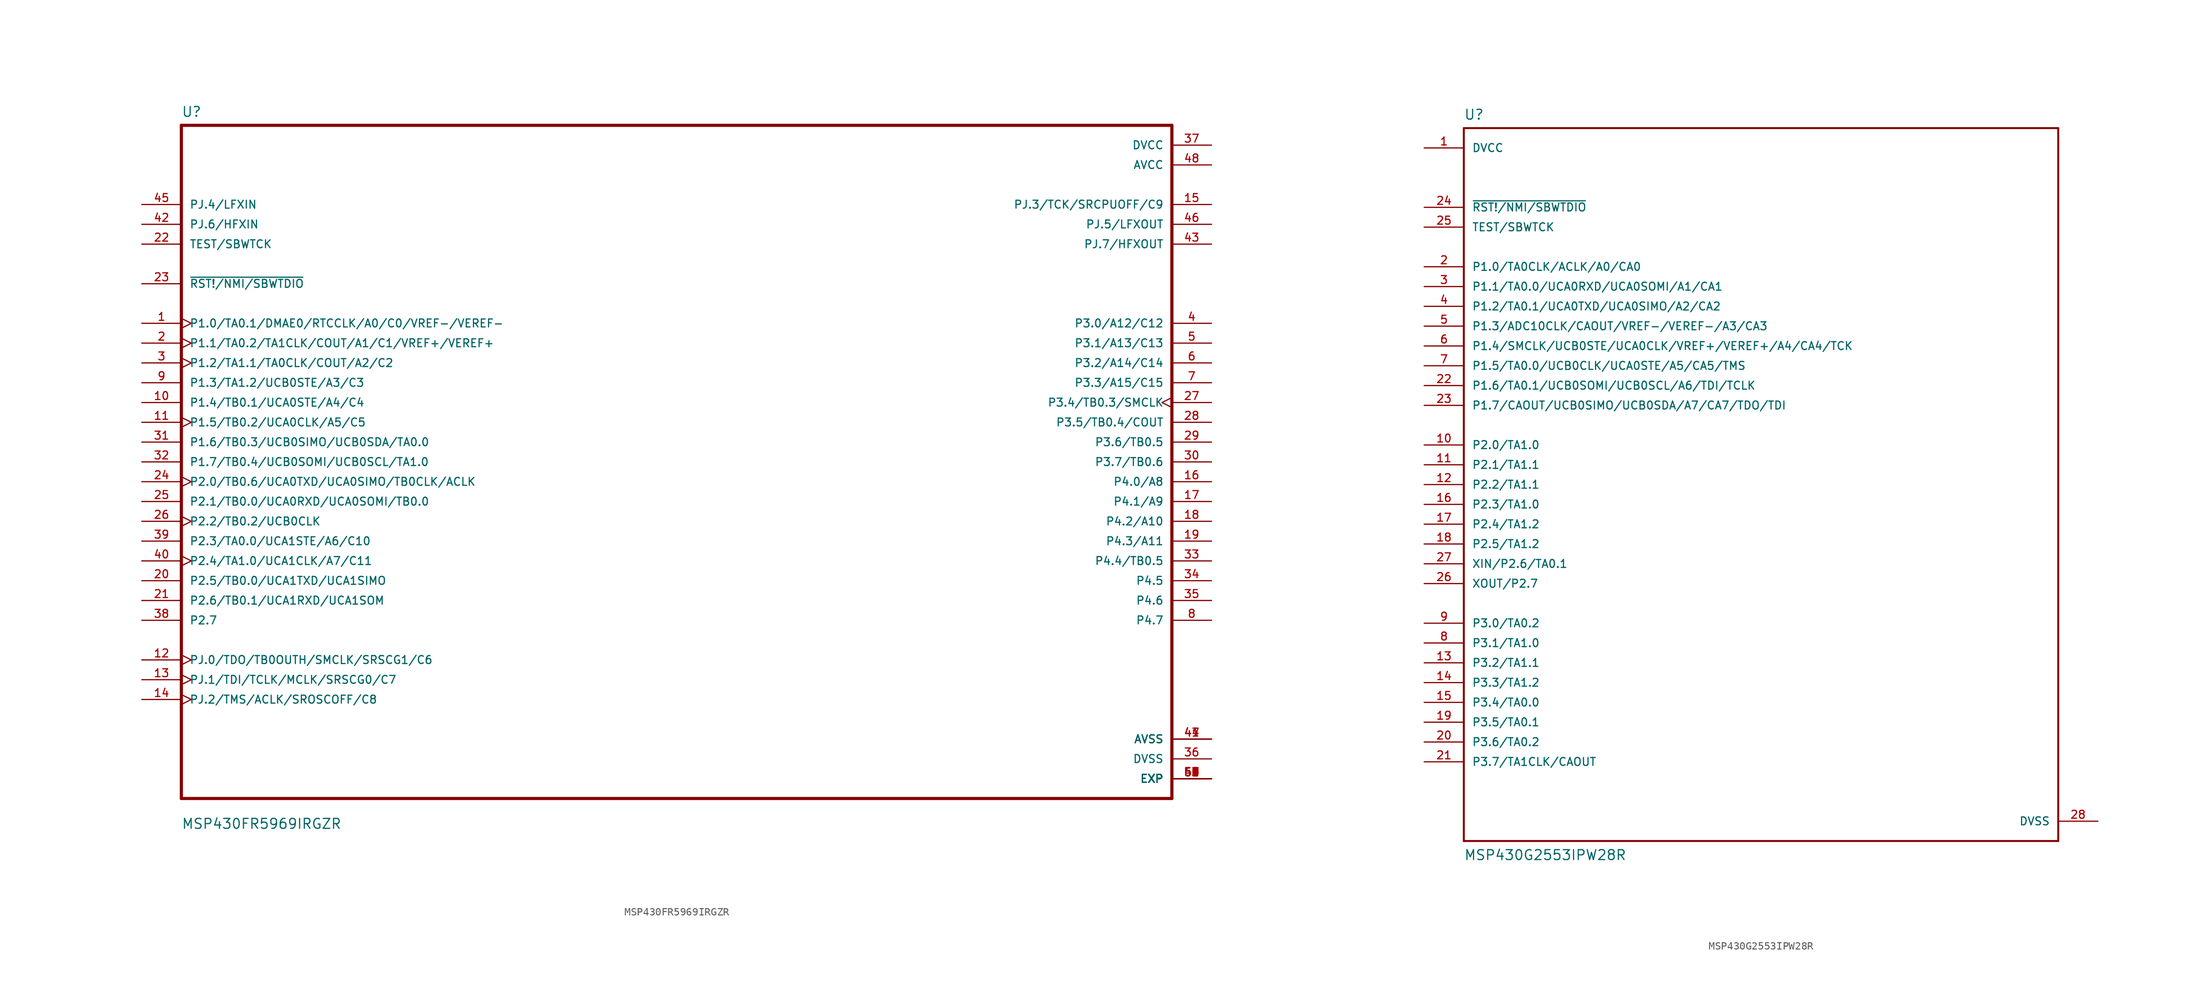
<source format=kicad_sym>
(kicad_symbol_lib
  (version 20211014)
  (generator kicad_symbol_editor)
  (symbol "MSP430FR5969IRGZR"
    (pin_names
      (offset 1.016))
    (property "Reference" "U"
      (at -63.5 44.171 0)
      (effects (font (size 1.27 1.27)) (justify left bottom)))
    (property "Value" "MSP430FR5969IRGZR"
      (at -63.5 -47.168 0)
      (effects (font (size 1.27 1.27)) (justify left bottom)))
    (property "ki_locked" ""
      (at 0 0 0)
      (effects (font (size 1.27 1.27))))
    (symbol "MSP430FR5969IRGZR_0_0"
      (polyline (pts (xy -63.5 -43.18) (xy -63.5 43.18)) (stroke (width 0.406) (type default) (color 0 0 0 0)) (fill (type none)))
      (polyline (pts (xy -63.5 43.18) (xy 63.5 43.18)) (stroke (width 0.406) (type default) (color 0 0 0 0)) (fill (type none)))
      (polyline (pts (xy 63.5 -43.18) (xy -63.5 -43.18)) (stroke (width 0.406) (type default) (color 0 0 0 0)) (fill (type none)))
      (polyline (pts (xy 63.5 43.18) (xy 63.5 -43.18)) (stroke (width 0.406) (type default) (color 0 0 0 0)) (fill (type none)))
      (pin bidirectional clock (at -68.58 17.78 0) (length 5.08) (name "P1.0/TA0.1/DMAE0/RTCCLK/A0/C0/VREF-/VEREF-" (effects (font (size 1.016 1.016)))) (number "1" (effects (font (size 1.016 1.016)))))
      (pin bidirectional line (at -68.58 7.62 0) (length 5.08) (name "P1.4/TB0.1/UCA0STE/A4/C4" (effects (font (size 1.016 1.016)))) (number "10" (effects (font (size 1.016 1.016)))))
      (pin bidirectional clock (at -68.58 5.08 0) (length 5.08) (name "P1.5/TB0.2/UCA0CLK/A5/C5" (effects (font (size 1.016 1.016)))) (number "11" (effects (font (size 1.016 1.016)))))
      (pin bidirectional clock (at -68.58 -25.4 0) (length 5.08) (name "PJ.0/TDO/TB0OUTH/SMCLK/SRSCG1/C6" (effects (font (size 1.016 1.016)))) (number "12" (effects (font (size 1.016 1.016)))))
      (pin bidirectional clock (at -68.58 -27.94 0) (length 5.08) (name "PJ.1/TDI/TCLK/MCLK/SRSCG0/C7" (effects (font (size 1.016 1.016)))) (number "13" (effects (font (size 1.016 1.016)))))
      (pin bidirectional clock (at -68.58 -30.48 0) (length 5.08) (name "PJ.2/TMS/ACLK/SROSCOFF/C8" (effects (font (size 1.016 1.016)))) (number "14" (effects (font (size 1.016 1.016)))))
      (pin bidirectional line (at 68.58 33.02 180) (length 5.08) (name "PJ.3/TCK/SRCPUOFF/C9" (effects (font (size 1.016 1.016)))) (number "15" (effects (font (size 1.016 1.016)))))
      (pin bidirectional line (at 68.58 -2.54 180) (length 5.08) (name "P4.0/A8" (effects (font (size 1.016 1.016)))) (number "16" (effects (font (size 1.016 1.016)))))
      (pin bidirectional line (at 68.58 -5.08 180) (length 5.08) (name "P4.1/A9" (effects (font (size 1.016 1.016)))) (number "17" (effects (font (size 1.016 1.016)))))
      (pin bidirectional line (at 68.58 -7.62 180) (length 5.08) (name "P4.2/A10" (effects (font (size 1.016 1.016)))) (number "18" (effects (font (size 1.016 1.016)))))
      (pin bidirectional line (at 68.58 -10.16 180) (length 5.08) (name "P4.3/A11" (effects (font (size 1.016 1.016)))) (number "19" (effects (font (size 1.016 1.016)))))
      (pin bidirectional clock (at -68.58 15.24 0) (length 5.08) (name "P1.1/TA0.2/TA1CLK/COUT/A1/C1/VREF+/VEREF+" (effects (font (size 1.016 1.016)))) (number "2" (effects (font (size 1.016 1.016)))))
      (pin bidirectional line (at -68.58 -15.24 0) (length 5.08) (name "P2.5/TB0.0/UCA1TXD/UCA1SIMO" (effects (font (size 1.016 1.016)))) (number "20" (effects (font (size 1.016 1.016)))))
      (pin bidirectional line (at -68.58 -17.78 0) (length 5.08) (name "P2.6/TB0.1/UCA1RXD/UCA1SOM" (effects (font (size 1.016 1.016)))) (number "21" (effects (font (size 1.016 1.016)))))
      (pin input line (at -68.58 27.94 0) (length 5.08) (name "TEST/SBWTCK" (effects (font (size 1.016 1.016)))) (number "22" (effects (font (size 1.016 1.016)))))
      (pin bidirectional line (at -68.58 22.86 0) (length 5.08) (name "~{RST!/NMI/SBWTDIO}" (effects (font (size 1.016 1.016)))) (number "23" (effects (font (size 1.016 1.016)))))
      (pin bidirectional clock (at -68.58 -2.54 0) (length 5.08) (name "P2.0/TB0.6/UCA0TXD/UCA0SIMO/TB0CLK/ACLK" (effects (font (size 1.016 1.016)))) (number "24" (effects (font (size 1.016 1.016)))))
      (pin bidirectional line (at -68.58 -5.08 0) (length 5.08) (name "P2.1/TB0.0/UCA0RXD/UCA0SOMI/TB0.0" (effects (font (size 1.016 1.016)))) (number "25" (effects (font (size 1.016 1.016)))))
      (pin bidirectional clock (at -68.58 -7.62 0) (length 5.08) (name "P2.2/TB0.2/UCB0CLK" (effects (font (size 1.016 1.016)))) (number "26" (effects (font (size 1.016 1.016)))))
      (pin bidirectional clock (at 68.58 7.62 180) (length 5.08) (name "P3.4/TB0.3/SMCLK" (effects (font (size 1.016 1.016)))) (number "27" (effects (font (size 1.016 1.016)))))
      (pin bidirectional line (at 68.58 5.08 180) (length 5.08) (name "P3.5/TB0.4/COUT" (effects (font (size 1.016 1.016)))) (number "28" (effects (font (size 1.016 1.016)))))
      (pin bidirectional line (at 68.58 2.54 180) (length 5.08) (name "P3.6/TB0.5" (effects (font (size 1.016 1.016)))) (number "29" (effects (font (size 1.016 1.016)))))
      (pin bidirectional clock (at -68.58 12.7 0) (length 5.08) (name "P1.2/TA1.1/TA0CLK/COUT/A2/C2" (effects (font (size 1.016 1.016)))) (number "3" (effects (font (size 1.016 1.016)))))
      (pin bidirectional line (at 68.58 0 180) (length 5.08) (name "P3.7/TB0.6" (effects (font (size 1.016 1.016)))) (number "30" (effects (font (size 1.016 1.016)))))
      (pin bidirectional line (at -68.58 2.54 0) (length 5.08) (name "P1.6/TB0.3/UCB0SIMO/UCB0SDA/TA0.0" (effects (font (size 1.016 1.016)))) (number "31" (effects (font (size 1.016 1.016)))))
      (pin bidirectional line (at -68.58 0 0) (length 5.08) (name "P1.7/TB0.4/UCB0SOMI/UCB0SCL/TA1.0" (effects (font (size 1.016 1.016)))) (number "32" (effects (font (size 1.016 1.016)))))
      (pin bidirectional line (at 68.58 -12.7 180) (length 5.08) (name "P4.4/TB0.5" (effects (font (size 1.016 1.016)))) (number "33" (effects (font (size 1.016 1.016)))))
      (pin bidirectional line (at 68.58 -15.24 180) (length 5.08) (name "P4.5" (effects (font (size 1.016 1.016)))) (number "34" (effects (font (size 1.016 1.016)))))
      (pin bidirectional line (at 68.58 -17.78 180) (length 5.08) (name "P4.6" (effects (font (size 1.016 1.016)))) (number "35" (effects (font (size 1.016 1.016)))))
      (pin power_in line (at 68.58 -38.1 180) (length 5.08) (name "DVSS" (effects (font (size 1.016 1.016)))) (number "36" (effects (font (size 1.016 1.016)))))
      (pin power_in line (at 68.58 40.64 180) (length 5.08) (name "DVCC" (effects (font (size 1.016 1.016)))) (number "37" (effects (font (size 1.016 1.016)))))
      (pin bidirectional line (at -68.58 -20.32 0) (length 5.08) (name "P2.7" (effects (font (size 1.016 1.016)))) (number "38" (effects (font (size 1.016 1.016)))))
      (pin bidirectional line (at -68.58 -10.16 0) (length 5.08) (name "P2.3/TA0.0/UCA1STE/A6/C10" (effects (font (size 1.016 1.016)))) (number "39" (effects (font (size 1.016 1.016)))))
      (pin bidirectional line (at 68.58 17.78 180) (length 5.08) (name "P3.0/A12/C12" (effects (font (size 1.016 1.016)))) (number "4" (effects (font (size 1.016 1.016)))))
      (pin bidirectional clock (at -68.58 -12.7 0) (length 5.08) (name "P2.4/TA1.0/UCA1CLK/A7/C11" (effects (font (size 1.016 1.016)))) (number "40" (effects (font (size 1.016 1.016)))))
      (pin power_in line (at 68.58 -35.56 180) (length 5.08) (name "AVSS" (effects (font (size 1.016 1.016)))) (number "41" (effects (font (size 1.016 1.016)))))
      (pin input line (at -68.58 30.48 0) (length 5.08) (name "PJ.6/HFXIN" (effects (font (size 1.016 1.016)))) (number "42" (effects (font (size 1.016 1.016)))))
      (pin bidirectional line (at 68.58 27.94 180) (length 5.08) (name "PJ.7/HFXOUT" (effects (font (size 1.016 1.016)))) (number "43" (effects (font (size 1.016 1.016)))))
      (pin power_in line (at 68.58 -35.56 180) (length 5.08) (name "AVSS" (effects (font (size 1.016 1.016)))) (number "44" (effects (font (size 1.016 1.016)))))
      (pin input line (at -68.58 33.02 0) (length 5.08) (name "PJ.4/LFXIN" (effects (font (size 1.016 1.016)))) (number "45" (effects (font (size 1.016 1.016)))))
      (pin bidirectional line (at 68.58 30.48 180) (length 5.08) (name "PJ.5/LFXOUT" (effects (font (size 1.016 1.016)))) (number "46" (effects (font (size 1.016 1.016)))))
      (pin power_in line (at 68.58 -35.56 180) (length 5.08) (name "AVSS" (effects (font (size 1.016 1.016)))) (number "47" (effects (font (size 1.016 1.016)))))
      (pin power_in line (at 68.58 38.1 180) (length 5.08) (name "AVCC" (effects (font (size 1.016 1.016)))) (number "48" (effects (font (size 1.016 1.016)))))
      (pin power_in line (at 68.58 -40.64 180) (length 5.08) (name "EXP" (effects (font (size 1.016 1.016)))) (number "49" (effects (font (size 1.016 1.016)))))
      (pin bidirectional line (at 68.58 15.24 180) (length 5.08) (name "P3.1/A13/C13" (effects (font (size 1.016 1.016)))) (number "5" (effects (font (size 1.016 1.016)))))
      (pin power_in line (at 68.58 -40.64 180) (length 5.08) (name "EXP" (effects (font (size 1.016 1.016)))) (number "50" (effects (font (size 1.016 1.016)))))
      (pin power_in line (at 68.58 -40.64 180) (length 5.08) (name "EXP" (effects (font (size 1.016 1.016)))) (number "51" (effects (font (size 1.016 1.016)))))
      (pin power_in line (at 68.58 -40.64 180) (length 5.08) (name "EXP" (effects (font (size 1.016 1.016)))) (number "52" (effects (font (size 1.016 1.016)))))
      (pin power_in line (at 68.58 -40.64 180) (length 5.08) (name "EXP" (effects (font (size 1.016 1.016)))) (number "53" (effects (font (size 1.016 1.016)))))
      (pin power_in line (at 68.58 -40.64 180) (length 5.08) (name "EXP" (effects (font (size 1.016 1.016)))) (number "54" (effects (font (size 1.016 1.016)))))
      (pin power_in line (at 68.58 -40.64 180) (length 5.08) (name "EXP" (effects (font (size 1.016 1.016)))) (number "55" (effects (font (size 1.016 1.016)))))
      (pin power_in line (at 68.58 -40.64 180) (length 5.08) (name "EXP" (effects (font (size 1.016 1.016)))) (number "56" (effects (font (size 1.016 1.016)))))
      (pin power_in line (at 68.58 -40.64 180) (length 5.08) (name "EXP" (effects (font (size 1.016 1.016)))) (number "57" (effects (font (size 1.016 1.016)))))
      (pin power_in line (at 68.58 -40.64 180) (length 5.08) (name "EXP" (effects (font (size 1.016 1.016)))) (number "58" (effects (font (size 1.016 1.016)))))
      (pin power_in line (at 68.58 -40.64 180) (length 5.08) (name "EXP" (effects (font (size 1.016 1.016)))) (number "59" (effects (font (size 1.016 1.016)))))
      (pin bidirectional line (at 68.58 12.7 180) (length 5.08) (name "P3.2/A14/C14" (effects (font (size 1.016 1.016)))) (number "6" (effects (font (size 1.016 1.016)))))
      (pin power_in line (at 68.58 -40.64 180) (length 5.08) (name "EXP" (effects (font (size 1.016 1.016)))) (number "60" (effects (font (size 1.016 1.016)))))
      (pin power_in line (at 68.58 -40.64 180) (length 5.08) (name "EXP" (effects (font (size 1.016 1.016)))) (number "61" (effects (font (size 1.016 1.016)))))
      (pin bidirectional line (at 68.58 10.16 180) (length 5.08) (name "P3.3/A15/C15" (effects (font (size 1.016 1.016)))) (number "7" (effects (font (size 1.016 1.016)))))
      (pin bidirectional line (at 68.58 -20.32 180) (length 5.08) (name "P4.7" (effects (font (size 1.016 1.016)))) (number "8" (effects (font (size 1.016 1.016)))))
      (pin bidirectional line (at -68.58 10.16 0) (length 5.08) (name "P1.3/TA1.2/UCB0STE/A3/C3" (effects (font (size 1.016 1.016)))) (number "9" (effects (font (size 1.016 1.016)))))))
  (symbol "MSP430G2553IPW28R"
    (pin_names
      (offset 1.016))
    (property "Reference" "U"
      (at -38.1 46.711 0)
      (effects (font (size 1.27 1.27)) (justify left bottom)))
    (property "Value" "MSP430G2553IPW28R"
      (at -38.1 -48.26 0)
      (effects (font (size 1.27 1.27)) (justify left bottom)))
    (property "ki_locked" ""
      (at 0 0 0)
      (effects (font (size 1.27 1.27))))
    (symbol "MSP430G2553IPW28R_0_0"
      (polyline (pts (xy -38.1 -45.72) (xy -38.1 45.72)) (stroke (width 0.254) (type default) (color 0 0 0 0)) (fill (type none)))
      (polyline (pts (xy -38.1 45.72) (xy 38.1 45.72)) (stroke (width 0.254) (type default) (color 0 0 0 0)) (fill (type none)))
      (polyline (pts (xy 38.1 -45.72) (xy -38.1 -45.72)) (stroke (width 0.254) (type default) (color 0 0 0 0)) (fill (type none)))
      (polyline (pts (xy 38.1 45.72) (xy 38.1 -45.72)) (stroke (width 0.254) (type default) (color 0 0 0 0)) (fill (type none)))
      (pin power_in line (at -43.18 43.18 0) (length 5.08) (name "DVCC" (effects (font (size 1.016 1.016)))) (number "1" (effects (font (size 1.016 1.016)))))
      (pin bidirectional line (at -43.18 5.08 0) (length 5.08) (name "P2.0/TA1.0" (effects (font (size 1.016 1.016)))) (number "10" (effects (font (size 1.016 1.016)))))
      (pin bidirectional line (at -43.18 2.54 0) (length 5.08) (name "P2.1/TA1.1" (effects (font (size 1.016 1.016)))) (number "11" (effects (font (size 1.016 1.016)))))
      (pin bidirectional line (at -43.18 0 0) (length 5.08) (name "P2.2/TA1.1" (effects (font (size 1.016 1.016)))) (number "12" (effects (font (size 1.016 1.016)))))
      (pin bidirectional line (at -43.18 -22.86 0) (length 5.08) (name "P3.2/TA1.1" (effects (font (size 1.016 1.016)))) (number "13" (effects (font (size 1.016 1.016)))))
      (pin bidirectional line (at -43.18 -25.4 0) (length 5.08) (name "P3.3/TA1.2" (effects (font (size 1.016 1.016)))) (number "14" (effects (font (size 1.016 1.016)))))
      (pin bidirectional line (at -43.18 -27.94 0) (length 5.08) (name "P3.4/TA0.0" (effects (font (size 1.016 1.016)))) (number "15" (effects (font (size 1.016 1.016)))))
      (pin bidirectional line (at -43.18 -2.54 0) (length 5.08) (name "P2.3/TA1.0" (effects (font (size 1.016 1.016)))) (number "16" (effects (font (size 1.016 1.016)))))
      (pin bidirectional line (at -43.18 -5.08 0) (length 5.08) (name "P2.4/TA1.2" (effects (font (size 1.016 1.016)))) (number "17" (effects (font (size 1.016 1.016)))))
      (pin bidirectional line (at -43.18 -7.62 0) (length 5.08) (name "P2.5/TA1.2" (effects (font (size 1.016 1.016)))) (number "18" (effects (font (size 1.016 1.016)))))
      (pin bidirectional line (at -43.18 -30.48 0) (length 5.08) (name "P3.5/TA0.1" (effects (font (size 1.016 1.016)))) (number "19" (effects (font (size 1.016 1.016)))))
      (pin bidirectional line (at -43.18 27.94 0) (length 5.08) (name "P1.0/TA0CLK/ACLK/A0/CA0" (effects (font (size 1.016 1.016)))) (number "2" (effects (font (size 1.016 1.016)))))
      (pin bidirectional line (at -43.18 -33.02 0) (length 5.08) (name "P3.6/TA0.2" (effects (font (size 1.016 1.016)))) (number "20" (effects (font (size 1.016 1.016)))))
      (pin bidirectional line (at -43.18 -35.56 0) (length 5.08) (name "P3.7/TA1CLK/CAOUT" (effects (font (size 1.016 1.016)))) (number "21" (effects (font (size 1.016 1.016)))))
      (pin bidirectional line (at -43.18 12.7 0) (length 5.08) (name "P1.6/TA0.1/UCB0SOMI/UCB0SCL/A6/TDI/TCLK" (effects (font (size 1.016 1.016)))) (number "22" (effects (font (size 1.016 1.016)))))
      (pin bidirectional line (at -43.18 10.16 0) (length 5.08) (name "P1.7/CAOUT/UCB0SIMO/UCB0SDA/A7/CA7/TDO/TDI" (effects (font (size 1.016 1.016)))) (number "23" (effects (font (size 1.016 1.016)))))
      (pin input line (at -43.18 35.56 0) (length 5.08) (name "~{RST!/NMI/SBWTDIO}" (effects (font (size 1.016 1.016)))) (number "24" (effects (font (size 1.016 1.016)))))
      (pin input line (at -43.18 33.02 0) (length 5.08) (name "TEST/SBWTCK" (effects (font (size 1.016 1.016)))) (number "25" (effects (font (size 1.016 1.016)))))
      (pin bidirectional line (at -43.18 -12.7 0) (length 5.08) (name "XOUT/P2.7" (effects (font (size 1.016 1.016)))) (number "26" (effects (font (size 1.016 1.016)))))
      (pin bidirectional line (at -43.18 -10.16 0) (length 5.08) (name "XIN/P2.6/TA0.1" (effects (font (size 1.016 1.016)))) (number "27" (effects (font (size 1.016 1.016)))))
      (pin power_in line (at 43.18 -43.18 180) (length 5.08) (name "DVSS" (effects (font (size 1.016 1.016)))) (number "28" (effects (font (size 1.016 1.016)))))
      (pin bidirectional line (at -43.18 25.4 0) (length 5.08) (name "P1.1/TA0.0/UCA0RXD/UCA0SOMI/A1/CA1" (effects (font (size 1.016 1.016)))) (number "3" (effects (font (size 1.016 1.016)))))
      (pin bidirectional line (at -43.18 22.86 0) (length 5.08) (name "P1.2/TA0.1/UCA0TXD/UCA0SIMO/A2/CA2" (effects (font (size 1.016 1.016)))) (number "4" (effects (font (size 1.016 1.016)))))
      (pin bidirectional line (at -43.18 20.32 0) (length 5.08) (name "P1.3/ADC10CLK/CAOUT/VREF-/VEREF-/A3/CA3" (effects (font (size 1.016 1.016)))) (number "5" (effects (font (size 1.016 1.016)))))
      (pin bidirectional line (at -43.18 17.78 0) (length 5.08) (name "P1.4/SMCLK/UCB0STE/UCA0CLK/VREF+/VEREF+/A4/CA4/TCK" (effects (font (size 1.016 1.016)))) (number "6" (effects (font (size 1.016 1.016)))))
      (pin bidirectional line (at -43.18 15.24 0) (length 5.08) (name "P1.5/TA0.0/UCB0CLK/UCA0STE/A5/CA5/TMS" (effects (font (size 1.016 1.016)))) (number "7" (effects (font (size 1.016 1.016)))))
      (pin bidirectional line (at -43.18 -20.32 0) (length 5.08) (name "P3.1/TA1.0" (effects (font (size 1.016 1.016)))) (number "8" (effects (font (size 1.016 1.016)))))
      (pin bidirectional line (at -43.18 -17.78 0) (length 5.08) (name "P3.0/TA0.2" (effects (font (size 1.016 1.016)))) (number "9" (effects (font (size 1.016 1.016))))))))
</source>
